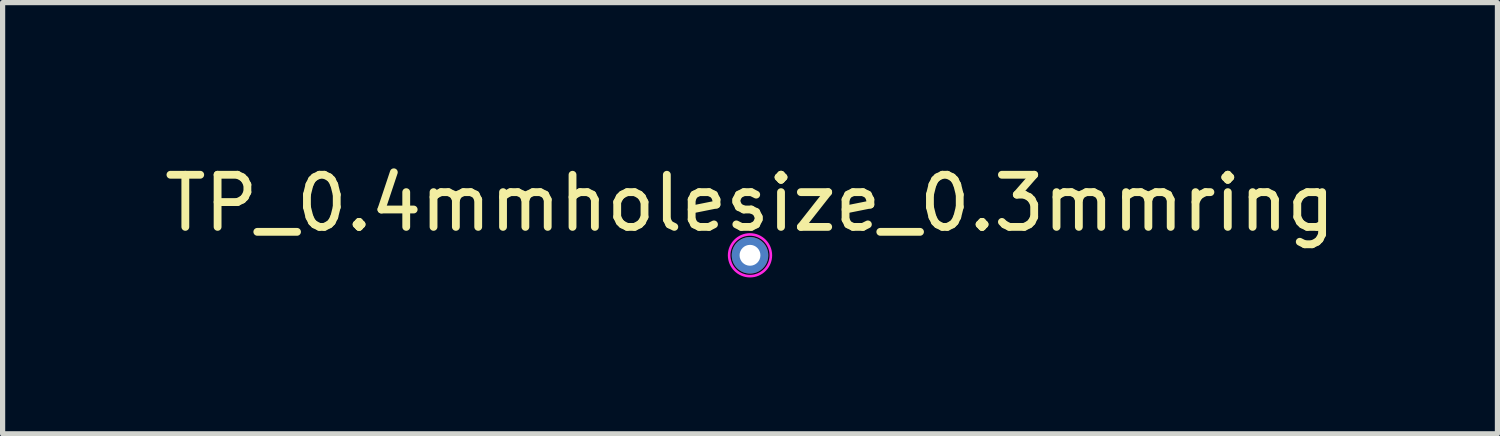
<source format=kicad_pcb>
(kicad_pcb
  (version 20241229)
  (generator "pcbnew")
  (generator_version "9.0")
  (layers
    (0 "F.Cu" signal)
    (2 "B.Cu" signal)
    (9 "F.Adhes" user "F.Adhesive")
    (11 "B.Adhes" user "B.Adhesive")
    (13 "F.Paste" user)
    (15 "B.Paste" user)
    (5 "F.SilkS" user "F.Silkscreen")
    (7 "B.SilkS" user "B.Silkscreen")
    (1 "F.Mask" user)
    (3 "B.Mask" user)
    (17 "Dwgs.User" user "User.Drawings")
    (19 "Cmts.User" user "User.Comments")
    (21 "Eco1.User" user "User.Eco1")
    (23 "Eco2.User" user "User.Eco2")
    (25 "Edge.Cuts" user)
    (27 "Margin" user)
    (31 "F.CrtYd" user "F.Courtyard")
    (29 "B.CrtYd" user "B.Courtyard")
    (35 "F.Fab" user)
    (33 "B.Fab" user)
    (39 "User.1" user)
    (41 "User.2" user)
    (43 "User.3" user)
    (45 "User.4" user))
  (footprint "TP_0.4mmholesize_0.3mmring"
    (layer "F.Cu")
    (at 11.339 1.848)
    (property "Reference" "TP_0.4mmholesize_0.3mmring" (at 0 -1 0) (layer "F.SilkS") (effects (font (size 1 1) (thickness 0.15))))
    (attr through_hole)
    (fp_circle (center 0 0) (end 0.4 0) (stroke (width 0.05) (type solid)) (fill no) (layer "F.CrtYd"))
    (pad "1" thru_hole circle (at 0 0) (size 0.7 0.7) (drill 0.4) (layers "*.Cu" "*.Mask")))
  (gr_rect
    (start -3 -3)
    (end 25.679 5.273)
    (stroke (width 0.1) (type default))
    (fill no)
    (layer "Edge.Cuts")))
</source>
